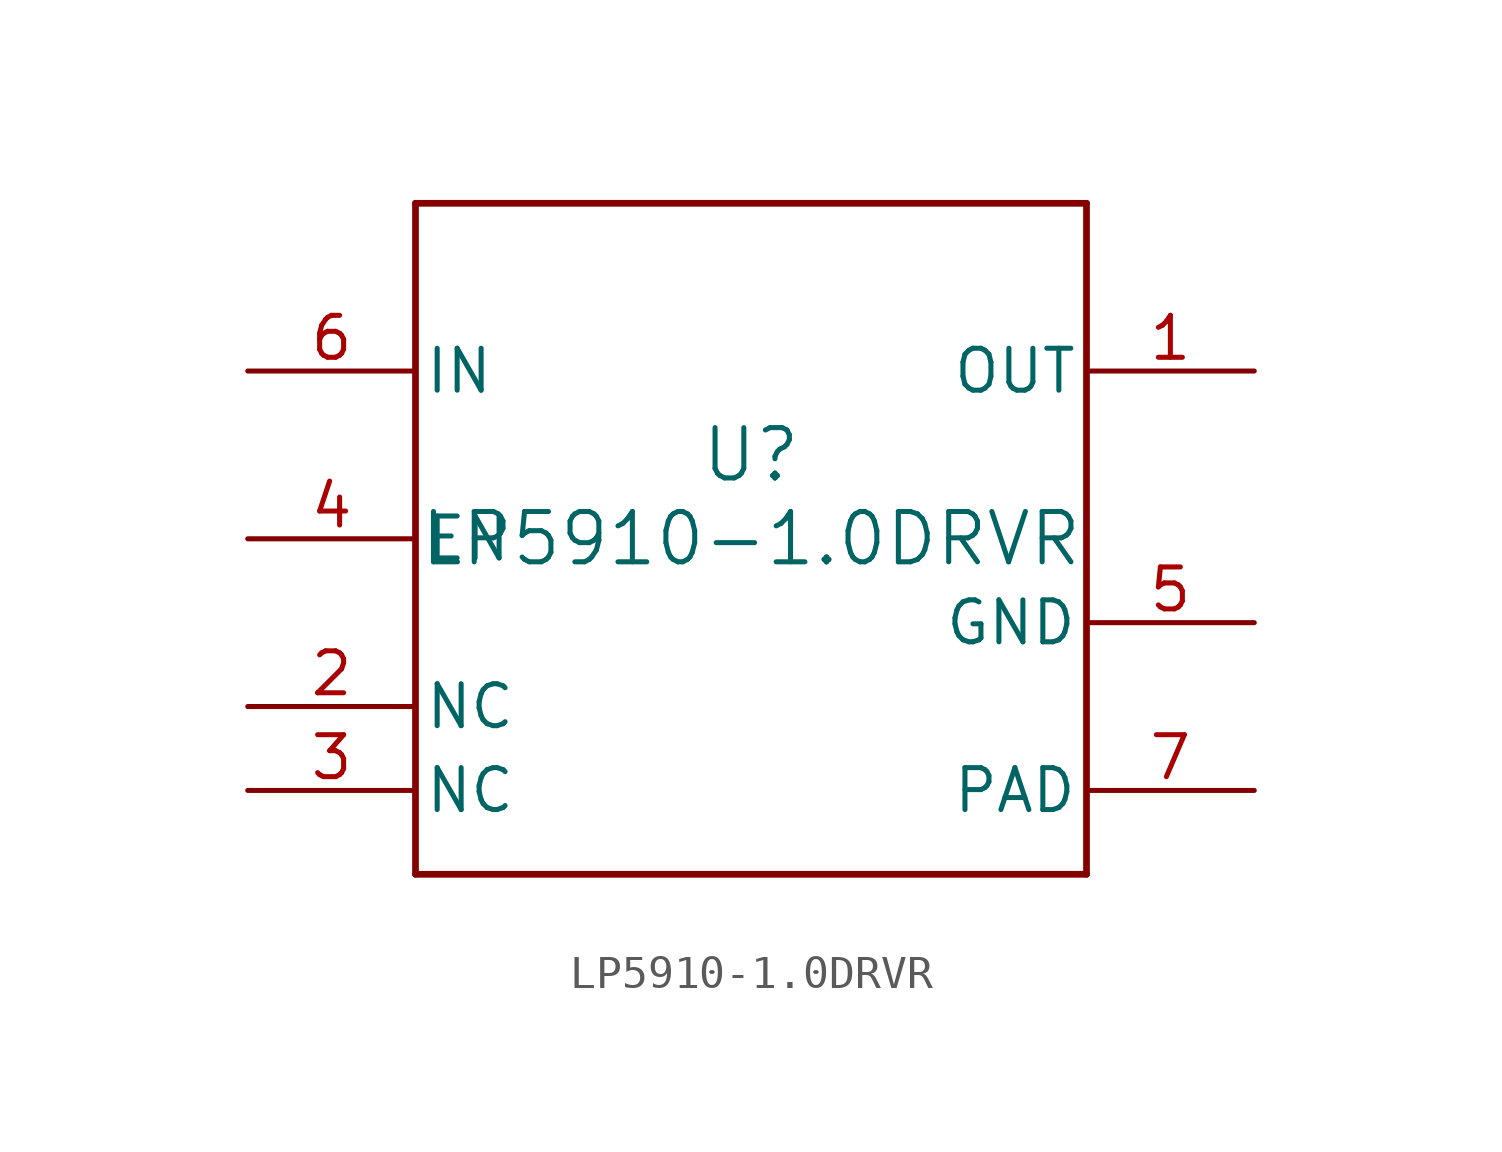
<source format=kicad_sym>
(kicad_symbol_lib
  (version 20211014)
  (generator kicad_symbol_editor)
  (symbol "LP5910-1.0DRVR"
    (pin_names
      (offset 0.254))
    (property "Reference" "U"
      (at 0 2.54 0)
      (effects (font (size 1.524 1.524))))
    (property "Value" "LP5910-1.0DRVR"
      (at 0 0 0)
      (effects (font (size 1.524 1.524))))
    (symbol "LP5910-1.0DRVR_0_1"
      (polyline (pts (xy -10.16 -10.16) (xy 10.16 -10.16)) (stroke (width 0.203) (type default) (color 0 0 0 0)) (fill (type none)))
      (polyline (pts (xy 10.16 -10.16) (xy 10.16 10.16)) (stroke (width 0.203) (type default) (color 0 0 0 0)) (fill (type none)))
      (polyline (pts (xy 10.16 10.16) (xy -10.16 10.16)) (stroke (width 0.203) (type default) (color 0 0 0 0)) (fill (type none)))
      (polyline (pts (xy -10.16 10.16) (xy -10.16 -10.16)) (stroke (width 0.203) (type default) (color 0 0 0 0)) (fill (type none)))
      (pin power_in line (at 15.24 5.08 180) (length 5.08) (name "OUT" (effects (font (size 1.27 1.27)))) (number "1" (effects (font (size 1.27 1.27)))))
      (pin unspecified line (at -15.24 -5.08 0) (length 5.08) (name "NC" (effects (font (size 1.27 1.27)))) (number "2" (effects (font (size 1.27 1.27)))))
      (pin unspecified line (at -15.24 -7.62 0) (length 5.08) (name "NC" (effects (font (size 1.27 1.27)))) (number "3" (effects (font (size 1.27 1.27)))))
      (pin input line (at -15.24 0 0) (length 5.08) (name "EN" (effects (font (size 1.27 1.27)))) (number "4" (effects (font (size 1.27 1.27)))))
      (pin unspecified line (at 15.24 -2.54 180) (length 5.08) (name "GND" (effects (font (size 1.27 1.27)))) (number "5" (effects (font (size 1.27 1.27)))))
      (pin power_in line (at -15.24 5.08 0) (length 5.08) (name "IN" (effects (font (size 1.27 1.27)))) (number "6" (effects (font (size 1.27 1.27)))))
      (pin unspecified line (at 15.24 -7.62 180) (length 5.08) (name "PAD" (effects (font (size 1.27 1.27)))) (number "7" (effects (font (size 1.27 1.27))))))))
</source>
